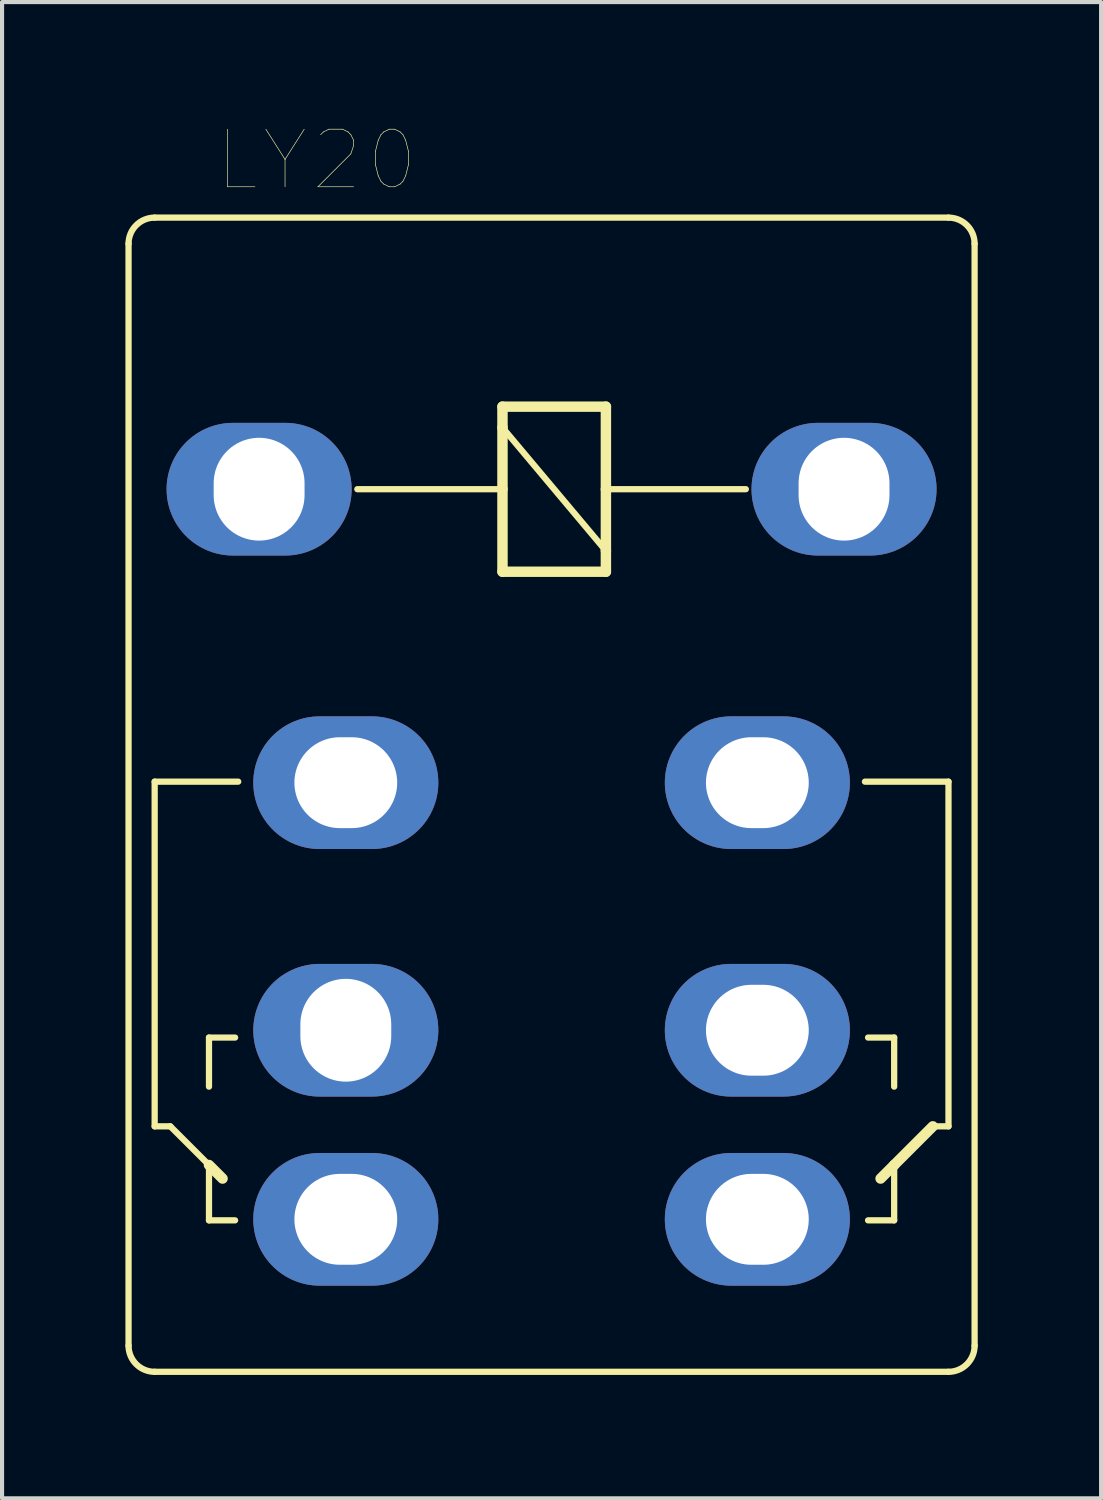
<source format=kicad_pcb>
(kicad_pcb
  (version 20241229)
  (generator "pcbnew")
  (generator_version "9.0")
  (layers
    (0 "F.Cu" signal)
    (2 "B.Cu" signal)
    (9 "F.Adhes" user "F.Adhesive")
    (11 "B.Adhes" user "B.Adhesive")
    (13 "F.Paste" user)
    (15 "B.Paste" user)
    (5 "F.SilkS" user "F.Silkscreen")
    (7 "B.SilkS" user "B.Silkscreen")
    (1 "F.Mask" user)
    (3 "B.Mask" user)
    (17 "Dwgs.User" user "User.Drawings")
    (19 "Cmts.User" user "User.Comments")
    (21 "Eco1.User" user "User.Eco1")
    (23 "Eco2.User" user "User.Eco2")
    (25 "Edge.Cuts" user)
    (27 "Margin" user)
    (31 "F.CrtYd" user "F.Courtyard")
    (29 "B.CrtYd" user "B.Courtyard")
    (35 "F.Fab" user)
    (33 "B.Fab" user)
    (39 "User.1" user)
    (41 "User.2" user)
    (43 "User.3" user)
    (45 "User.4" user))
  (footprint "LY20"
    (layer "F.Cu")
    (at 10.363 8.846)
    (property "Reference" "LY20" (at -5.715 -8.001 180) (layer "F.SilkS") (effects (font (size 1.4 1.4) (thickness 0.015))))
    (attr through_hole)
    (fp_line (start -10.287 20.828) (end -10.287 -5.969) (stroke (width 0.152) (type solid)) (layer "F.SilkS"))
    (fp_line (start -9.652 -6.604) (end 9.652 -6.604) (stroke (width 0.152) (type solid)) (layer "F.SilkS"))
    (fp_line (start -9.652 7.112) (end -7.62 7.112) (stroke (width 0.152) (type solid)) (layer "F.SilkS"))
    (fp_line (start -9.652 15.494) (end -9.652 7.112) (stroke (width 0.152) (type solid)) (layer "F.SilkS"))
    (fp_line (start -9.652 15.494) (end -9.271 15.494) (stroke (width 0.152) (type solid)) (layer "F.SilkS"))
    (fp_line (start -8.331 13.335) (end -7.696 13.335) (stroke (width 0.152) (type solid)) (layer "F.SilkS"))
    (fp_line (start -8.331 14.529) (end -8.331 13.335) (stroke (width 0.152) (type solid)) (layer "F.SilkS"))
    (fp_line (start -8.331 16.434) (end -9.271 15.494) (stroke (width 0.152) (type solid)) (layer "F.SilkS"))
    (fp_line (start -8.331 16.434) (end -8.331 17.78) (stroke (width 0.152) (type solid)) (layer "F.SilkS"))
    (fp_line (start -8.331 17.78) (end -7.696 17.78) (stroke (width 0.152) (type solid)) (layer "F.SilkS"))
    (fp_line (start -8.001 16.764) (end -8.331 16.434) (stroke (width 0.254) (type solid)) (layer "F.SilkS"))
    (fp_line (start -4.724 0) (end -1.194 0) (stroke (width 0.152) (type solid)) (layer "F.SilkS"))
    (fp_line (start -1.194 -2.007) (end 1.321 -2.007) (stroke (width 0.254) (type solid)) (layer "F.SilkS"))
    (fp_line (start -1.194 -1.499) (end -1.194 -2.007) (stroke (width 0.254) (type solid)) (layer "F.SilkS"))
    (fp_line (start -1.194 -1.499) (end 1.321 1.499) (stroke (width 0.152) (type solid)) (layer "F.SilkS"))
    (fp_line (start -1.194 0) (end -1.194 -1.499) (stroke (width 0.254) (type solid)) (layer "F.SilkS"))
    (fp_line (start -1.194 2.007) (end -1.194 0) (stroke (width 0.254) (type solid)) (layer "F.SilkS"))
    (fp_line (start 1.321 -2.007) (end 1.321 0) (stroke (width 0.254) (type solid)) (layer "F.SilkS"))
    (fp_line (start 1.321 0) (end 1.321 1.499) (stroke (width 0.254) (type solid)) (layer "F.SilkS"))
    (fp_line (start 1.321 0) (end 4.724 0) (stroke (width 0.152) (type solid)) (layer "F.SilkS"))
    (fp_line (start 1.321 1.499) (end 1.321 2.007) (stroke (width 0.254) (type solid)) (layer "F.SilkS"))
    (fp_line (start 1.321 2.007) (end -1.194 2.007) (stroke (width 0.254) (type solid)) (layer "F.SilkS"))
    (fp_line (start 8.001 16.764) (end 8.331 16.434) (stroke (width 0.254) (type solid)) (layer "F.SilkS"))
    (fp_line (start 8.331 13.335) (end 7.696 13.335) (stroke (width 0.152) (type solid)) (layer "F.SilkS"))
    (fp_line (start 8.331 14.529) (end 8.331 13.335) (stroke (width 0.152) (type solid)) (layer "F.SilkS"))
    (fp_line (start 8.331 16.434) (end 8.331 17.78) (stroke (width 0.152) (type solid)) (layer "F.SilkS"))
    (fp_line (start 8.331 16.434) (end 9.271 15.494) (stroke (width 0.254) (type solid)) (layer "F.SilkS"))
    (fp_line (start 8.331 17.78) (end 7.696 17.78) (stroke (width 0.152) (type solid)) (layer "F.SilkS"))
    (fp_line (start 9.652 7.112) (end 7.62 7.112) (stroke (width 0.152) (type solid)) (layer "F.SilkS"))
    (fp_line (start 9.652 15.494) (end 9.271 15.494) (stroke (width 0.152) (type solid)) (layer "F.SilkS"))
    (fp_line (start 9.652 15.494) (end 9.652 7.112) (stroke (width 0.152) (type solid)) (layer "F.SilkS"))
    (fp_line (start 9.652 21.463) (end -9.652 21.463) (stroke (width 0.152) (type solid)) (layer "F.SilkS"))
    (fp_line (start 10.287 -5.969) (end 10.287 20.828) (stroke (width 0.152) (type solid)) (layer "F.SilkS"))
    (fp_arc (start -10.287 -5.969) (mid -10.101013 -6.418013) (end -9.652 -6.604) (stroke (width 0.1524) (type solid)) (layer "F.SilkS"))
    (fp_arc (start -9.652 21.463) (mid -10.101013 21.277013) (end -10.287 20.828) (stroke (width 0.1524) (type solid)) (layer "F.SilkS"))
    (fp_arc (start 9.652 -6.604) (mid 10.101013 -6.418013) (end 10.287 -5.969) (stroke (width 0.1524) (type solid)) (layer "F.SilkS"))
    (fp_arc (start 10.287 20.828) (mid 10.101013 21.277013) (end 9.652 21.463) (stroke (width 0.1524) (type solid)) (layer "F.SilkS"))
    (pad "1" thru_hole oval (at -7.112 0) (size 4.5 3.226) (drill oval 2.21 2.5) (layers "*.Cu" "*.Mask"))
    (pad "2" thru_hole oval (at 7.112 0) (size 4.5 3.226) (drill oval 2.21 2.5) (layers "*.Cu" "*.Mask"))
    (pad "O1" thru_hole oval (at -5.004 17.755) (size 4.5 3.226) (drill oval 2.5 2.21) (layers "*.Cu" "*.Mask"))
    (pad "O2" thru_hole oval (at 5.004 17.755) (size 4.5 3.226) (drill oval 2.5 2.21) (layers "*.Cu" "*.Mask"))
    (pad "P1" thru_hole oval (at -5.004 7.137) (size 4.5 3.226) (drill oval 2.5 2.21) (layers "*.Cu" "*.Mask"))
    (pad "P2" thru_hole oval (at 5.004 7.137) (size 4.5 3.226) (drill oval 2.5 2.21) (layers "*.Cu" "*.Mask"))
    (pad "S1" thru_hole oval (at -5.004 13.157) (size 4.5 3.226) (drill oval 2.21 2.5) (layers "*.Cu" "*.Mask"))
    (pad "S2" thru_hole oval (at 5.004 13.157) (size 4.5 3.226) (drill oval 2.5 2.21) (layers "*.Cu" "*.Mask")))
  (gr_rect
    (start -3 -3)
    (end 23.726 33.386)
    (stroke (width 0.1) (type default))
    (fill no)
    (layer "Edge.Cuts")))
</source>
